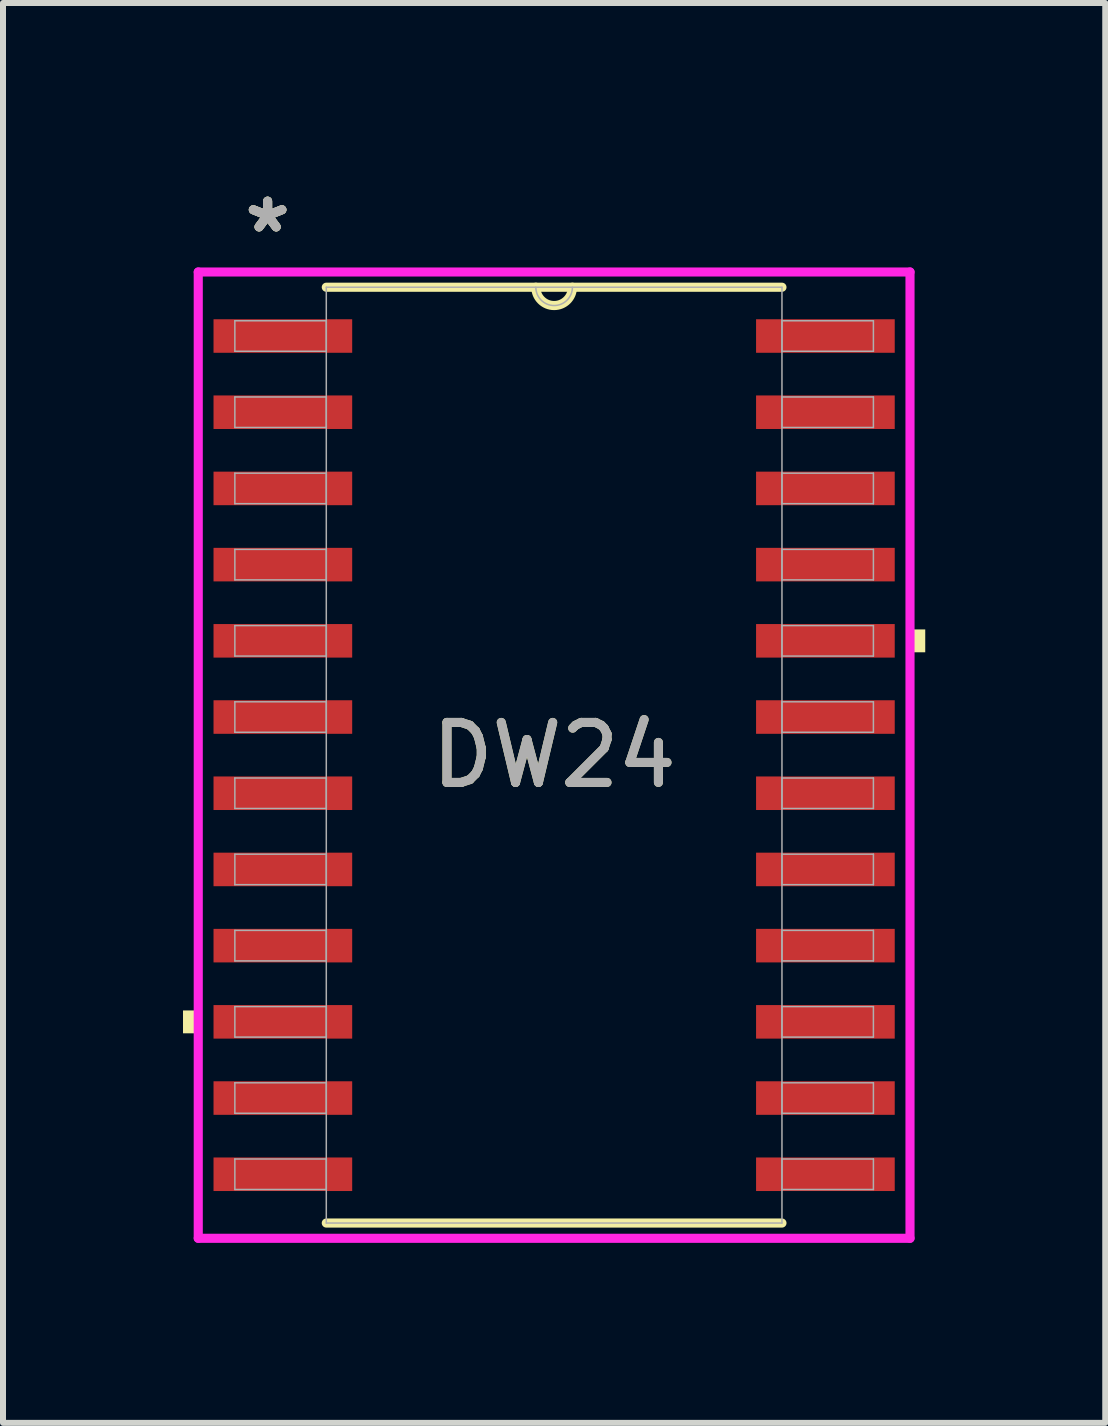
<source format=kicad_pcb>
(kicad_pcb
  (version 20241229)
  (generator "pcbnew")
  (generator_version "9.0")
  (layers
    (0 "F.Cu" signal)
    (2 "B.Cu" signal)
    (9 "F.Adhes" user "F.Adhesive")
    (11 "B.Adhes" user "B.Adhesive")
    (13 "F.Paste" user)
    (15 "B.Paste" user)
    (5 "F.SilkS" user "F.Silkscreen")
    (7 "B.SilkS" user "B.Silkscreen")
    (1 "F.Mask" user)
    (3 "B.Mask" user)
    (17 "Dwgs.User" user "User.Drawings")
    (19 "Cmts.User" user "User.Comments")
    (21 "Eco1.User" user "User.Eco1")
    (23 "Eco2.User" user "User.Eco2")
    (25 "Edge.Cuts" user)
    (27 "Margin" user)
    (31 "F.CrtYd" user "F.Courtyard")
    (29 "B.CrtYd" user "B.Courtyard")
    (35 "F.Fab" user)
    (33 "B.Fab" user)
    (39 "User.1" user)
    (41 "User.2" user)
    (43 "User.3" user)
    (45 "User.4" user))
  (footprint "DW24"
    (layer "F.Cu")
    (at 6.185 9.535)
    (property "Reference" "DW24" (at 0 0 0) (unlocked yes) (layer "F.SilkS") (effects (font (size 1 1) (thickness 0.15))))
    (attr smd)
    (fp_line (start -3.797 7.798) (end 3.797 7.798) (stroke (width 0.152) (type solid)) (layer "F.SilkS"))
    (fp_line (start 3.797 -7.798) (end -3.797 -7.798) (stroke (width 0.152) (type solid)) (layer "F.SilkS"))
    (fp_arc (start 0.3048 -7.7978) (mid 0 -7.493) (end -0.3048 -7.7978) (stroke (width 0.1524) (type solid)) (layer "F.SilkS"))
    (fp_poly (pts (xy -6.185 4.255) (xy -6.185 4.636) (xy -5.931 4.636) (xy -5.931 4.255)) (stroke (width 0) (type solid)) (fill yes) (layer "F.SilkS"))
    (fp_poly (pts (xy 6.185 -2.095) (xy 6.185 -1.714) (xy 5.931 -1.714) (xy 5.931 -2.095)) (stroke (width 0) (type solid)) (fill yes) (layer "F.SilkS"))
    (fp_line (start -5.931 -8.052) (end 5.931 -8.052) (stroke (width 0.152) (type solid)) (layer "F.CrtYd"))
    (fp_line (start -5.931 8.052) (end -5.931 -8.052) (stroke (width 0.152) (type solid)) (layer "F.CrtYd"))
    (fp_line (start 5.931 -8.052) (end 5.931 8.052) (stroke (width 0.152) (type solid)) (layer "F.CrtYd"))
    (fp_line (start 5.931 8.052) (end -5.931 8.052) (stroke (width 0.152) (type solid)) (layer "F.CrtYd"))
    (fp_line (start -5.321 -7.239) (end -5.321 -6.731) (stroke (width 0.025) (type solid)) (layer "F.Fab"))
    (fp_line (start -5.321 -6.731) (end -3.797 -6.731) (stroke (width 0.025) (type solid)) (layer "F.Fab"))
    (fp_line (start -5.321 -5.969) (end -5.321 -5.461) (stroke (width 0.025) (type solid)) (layer "F.Fab"))
    (fp_line (start -5.321 -5.461) (end -3.797 -5.461) (stroke (width 0.025) (type solid)) (layer "F.Fab"))
    (fp_line (start -5.321 -4.699) (end -5.321 -4.191) (stroke (width 0.025) (type solid)) (layer "F.Fab"))
    (fp_line (start -5.321 -4.191) (end -3.797 -4.191) (stroke (width 0.025) (type solid)) (layer "F.Fab"))
    (fp_line (start -5.321 -3.429) (end -5.321 -2.921) (stroke (width 0.025) (type solid)) (layer "F.Fab"))
    (fp_line (start -5.321 -2.921) (end -3.797 -2.921) (stroke (width 0.025) (type solid)) (layer "F.Fab"))
    (fp_line (start -5.321 -2.159) (end -5.321 -1.651) (stroke (width 0.025) (type solid)) (layer "F.Fab"))
    (fp_line (start -5.321 -1.651) (end -3.797 -1.651) (stroke (width 0.025) (type solid)) (layer "F.Fab"))
    (fp_line (start -5.321 -0.889) (end -5.321 -0.381) (stroke (width 0.025) (type solid)) (layer "F.Fab"))
    (fp_line (start -5.321 -0.381) (end -3.797 -0.381) (stroke (width 0.025) (type solid)) (layer "F.Fab"))
    (fp_line (start -5.321 0.381) (end -5.321 0.889) (stroke (width 0.025) (type solid)) (layer "F.Fab"))
    (fp_line (start -5.321 0.889) (end -3.797 0.889) (stroke (width 0.025) (type solid)) (layer "F.Fab"))
    (fp_line (start -5.321 1.651) (end -5.321 2.159) (stroke (width 0.025) (type solid)) (layer "F.Fab"))
    (fp_line (start -5.321 2.159) (end -3.797 2.159) (stroke (width 0.025) (type solid)) (layer "F.Fab"))
    (fp_line (start -5.321 2.921) (end -5.321 3.429) (stroke (width 0.025) (type solid)) (layer "F.Fab"))
    (fp_line (start -5.321 3.429) (end -3.797 3.429) (stroke (width 0.025) (type solid)) (layer "F.Fab"))
    (fp_line (start -5.321 4.191) (end -5.321 4.699) (stroke (width 0.025) (type solid)) (layer "F.Fab"))
    (fp_line (start -5.321 4.699) (end -3.797 4.699) (stroke (width 0.025) (type solid)) (layer "F.Fab"))
    (fp_line (start -5.321 5.461) (end -5.321 5.969) (stroke (width 0.025) (type solid)) (layer "F.Fab"))
    (fp_line (start -5.321 5.969) (end -3.797 5.969) (stroke (width 0.025) (type solid)) (layer "F.Fab"))
    (fp_line (start -5.321 6.731) (end -5.321 7.239) (stroke (width 0.025) (type solid)) (layer "F.Fab"))
    (fp_line (start -5.321 7.239) (end -3.797 7.239) (stroke (width 0.025) (type solid)) (layer "F.Fab"))
    (fp_line (start -3.797 -7.798) (end -3.797 7.798) (stroke (width 0.025) (type solid)) (layer "F.Fab"))
    (fp_line (start -3.797 -7.239) (end -5.321 -7.239) (stroke (width 0.025) (type solid)) (layer "F.Fab"))
    (fp_line (start -3.797 -6.731) (end -3.797 -7.239) (stroke (width 0.025) (type solid)) (layer "F.Fab"))
    (fp_line (start -3.797 -5.969) (end -5.321 -5.969) (stroke (width 0.025) (type solid)) (layer "F.Fab"))
    (fp_line (start -3.797 -5.461) (end -3.797 -5.969) (stroke (width 0.025) (type solid)) (layer "F.Fab"))
    (fp_line (start -3.797 -4.699) (end -5.321 -4.699) (stroke (width 0.025) (type solid)) (layer "F.Fab"))
    (fp_line (start -3.797 -4.191) (end -3.797 -4.699) (stroke (width 0.025) (type solid)) (layer "F.Fab"))
    (fp_line (start -3.797 -3.429) (end -5.321 -3.429) (stroke (width 0.025) (type solid)) (layer "F.Fab"))
    (fp_line (start -3.797 -2.921) (end -3.797 -3.429) (stroke (width 0.025) (type solid)) (layer "F.Fab"))
    (fp_line (start -3.797 -2.159) (end -5.321 -2.159) (stroke (width 0.025) (type solid)) (layer "F.Fab"))
    (fp_line (start -3.797 -1.651) (end -3.797 -2.159) (stroke (width 0.025) (type solid)) (layer "F.Fab"))
    (fp_line (start -3.797 -0.889) (end -5.321 -0.889) (stroke (width 0.025) (type solid)) (layer "F.Fab"))
    (fp_line (start -3.797 -0.381) (end -3.797 -0.889) (stroke (width 0.025) (type solid)) (layer "F.Fab"))
    (fp_line (start -3.797 0.381) (end -5.321 0.381) (stroke (width 0.025) (type solid)) (layer "F.Fab"))
    (fp_line (start -3.797 0.889) (end -3.797 0.381) (stroke (width 0.025) (type solid)) (layer "F.Fab"))
    (fp_line (start -3.797 1.651) (end -5.321 1.651) (stroke (width 0.025) (type solid)) (layer "F.Fab"))
    (fp_line (start -3.797 2.159) (end -3.797 1.651) (stroke (width 0.025) (type solid)) (layer "F.Fab"))
    (fp_line (start -3.797 2.921) (end -5.321 2.921) (stroke (width 0.025) (type solid)) (layer "F.Fab"))
    (fp_line (start -3.797 3.429) (end -3.797 2.921) (stroke (width 0.025) (type solid)) (layer "F.Fab"))
    (fp_line (start -3.797 4.191) (end -5.321 4.191) (stroke (width 0.025) (type solid)) (layer "F.Fab"))
    (fp_line (start -3.797 4.699) (end -3.797 4.191) (stroke (width 0.025) (type solid)) (layer "F.Fab"))
    (fp_line (start -3.797 5.461) (end -5.321 5.461) (stroke (width 0.025) (type solid)) (layer "F.Fab"))
    (fp_line (start -3.797 5.969) (end -3.797 5.461) (stroke (width 0.025) (type solid)) (layer "F.Fab"))
    (fp_line (start -3.797 6.731) (end -5.321 6.731) (stroke (width 0.025) (type solid)) (layer "F.Fab"))
    (fp_line (start -3.797 7.239) (end -3.797 6.731) (stroke (width 0.025) (type solid)) (layer "F.Fab"))
    (fp_line (start -3.797 7.798) (end 3.797 7.798) (stroke (width 0.025) (type solid)) (layer "F.Fab"))
    (fp_line (start 3.797 -7.798) (end -3.797 -7.798) (stroke (width 0.025) (type solid)) (layer "F.Fab"))
    (fp_line (start 3.797 -7.239) (end 3.797 -6.731) (stroke (width 0.025) (type solid)) (layer "F.Fab"))
    (fp_line (start 3.797 -6.731) (end 5.321 -6.731) (stroke (width 0.025) (type solid)) (layer "F.Fab"))
    (fp_line (start 3.797 -5.969) (end 3.797 -5.461) (stroke (width 0.025) (type solid)) (layer "F.Fab"))
    (fp_line (start 3.797 -5.461) (end 5.321 -5.461) (stroke (width 0.025) (type solid)) (layer "F.Fab"))
    (fp_line (start 3.797 -4.699) (end 3.797 -4.191) (stroke (width 0.025) (type solid)) (layer "F.Fab"))
    (fp_line (start 3.797 -4.191) (end 5.321 -4.191) (stroke (width 0.025) (type solid)) (layer "F.Fab"))
    (fp_line (start 3.797 -3.429) (end 3.797 -2.921) (stroke (width 0.025) (type solid)) (layer "F.Fab"))
    (fp_line (start 3.797 -2.921) (end 5.321 -2.921) (stroke (width 0.025) (type solid)) (layer "F.Fab"))
    (fp_line (start 3.797 -2.159) (end 3.797 -1.651) (stroke (width 0.025) (type solid)) (layer "F.Fab"))
    (fp_line (start 3.797 -1.651) (end 5.321 -1.651) (stroke (width 0.025) (type solid)) (layer "F.Fab"))
    (fp_line (start 3.797 -0.889) (end 3.797 -0.381) (stroke (width 0.025) (type solid)) (layer "F.Fab"))
    (fp_line (start 3.797 -0.381) (end 5.321 -0.381) (stroke (width 0.025) (type solid)) (layer "F.Fab"))
    (fp_line (start 3.797 0.381) (end 3.797 0.889) (stroke (width 0.025) (type solid)) (layer "F.Fab"))
    (fp_line (start 3.797 0.889) (end 5.321 0.889) (stroke (width 0.025) (type solid)) (layer "F.Fab"))
    (fp_line (start 3.797 1.651) (end 3.797 2.159) (stroke (width 0.025) (type solid)) (layer "F.Fab"))
    (fp_line (start 3.797 2.159) (end 5.321 2.159) (stroke (width 0.025) (type solid)) (layer "F.Fab"))
    (fp_line (start 3.797 2.921) (end 3.797 3.429) (stroke (width 0.025) (type solid)) (layer "F.Fab"))
    (fp_line (start 3.797 3.429) (end 5.321 3.429) (stroke (width 0.025) (type solid)) (layer "F.Fab"))
    (fp_line (start 3.797 4.191) (end 3.797 4.699) (stroke (width 0.025) (type solid)) (layer "F.Fab"))
    (fp_line (start 3.797 4.699) (end 5.321 4.699) (stroke (width 0.025) (type solid)) (layer "F.Fab"))
    (fp_line (start 3.797 5.461) (end 3.797 5.969) (stroke (width 0.025) (type solid)) (layer "F.Fab"))
    (fp_line (start 3.797 5.969) (end 5.321 5.969) (stroke (width 0.025) (type solid)) (layer "F.Fab"))
    (fp_line (start 3.797 6.731) (end 3.797 7.239) (stroke (width 0.025) (type solid)) (layer "F.Fab"))
    (fp_line (start 3.797 7.239) (end 5.321 7.239) (stroke (width 0.025) (type solid)) (layer "F.Fab"))
    (fp_line (start 3.797 7.798) (end 3.797 -7.798) (stroke (width 0.025) (type solid)) (layer "F.Fab"))
    (fp_line (start 5.321 -7.239) (end 3.797 -7.239) (stroke (width 0.025) (type solid)) (layer "F.Fab"))
    (fp_line (start 5.321 -6.731) (end 5.321 -7.239) (stroke (width 0.025) (type solid)) (layer "F.Fab"))
    (fp_line (start 5.321 -5.969) (end 3.797 -5.969) (stroke (width 0.025) (type solid)) (layer "F.Fab"))
    (fp_line (start 5.321 -5.461) (end 5.321 -5.969) (stroke (width 0.025) (type solid)) (layer "F.Fab"))
    (fp_line (start 5.321 -4.699) (end 3.797 -4.699) (stroke (width 0.025) (type solid)) (layer "F.Fab"))
    (fp_line (start 5.321 -4.191) (end 5.321 -4.699) (stroke (width 0.025) (type solid)) (layer "F.Fab"))
    (fp_line (start 5.321 -3.429) (end 3.797 -3.429) (stroke (width 0.025) (type solid)) (layer "F.Fab"))
    (fp_line (start 5.321 -2.921) (end 5.321 -3.429) (stroke (width 0.025) (type solid)) (layer "F.Fab"))
    (fp_line (start 5.321 -2.159) (end 3.797 -2.159) (stroke (width 0.025) (type solid)) (layer "F.Fab"))
    (fp_line (start 5.321 -1.651) (end 5.321 -2.159) (stroke (width 0.025) (type solid)) (layer "F.Fab"))
    (fp_line (start 5.321 -0.889) (end 3.797 -0.889) (stroke (width 0.025) (type solid)) (layer "F.Fab"))
    (fp_line (start 5.321 -0.381) (end 5.321 -0.889) (stroke (width 0.025) (type solid)) (layer "F.Fab"))
    (fp_line (start 5.321 0.381) (end 3.797 0.381) (stroke (width 0.025) (type solid)) (layer "F.Fab"))
    (fp_line (start 5.321 0.889) (end 5.321 0.381) (stroke (width 0.025) (type solid)) (layer "F.Fab"))
    (fp_line (start 5.321 1.651) (end 3.797 1.651) (stroke (width 0.025) (type solid)) (layer "F.Fab"))
    (fp_line (start 5.321 2.159) (end 5.321 1.651) (stroke (width 0.025) (type solid)) (layer "F.Fab"))
    (fp_line (start 5.321 2.921) (end 3.797 2.921) (stroke (width 0.025) (type solid)) (layer "F.Fab"))
    (fp_line (start 5.321 3.429) (end 5.321 2.921) (stroke (width 0.025) (type solid)) (layer "F.Fab"))
    (fp_line (start 5.321 4.191) (end 3.797 4.191) (stroke (width 0.025) (type solid)) (layer "F.Fab"))
    (fp_line (start 5.321 4.699) (end 5.321 4.191) (stroke (width 0.025) (type solid)) (layer "F.Fab"))
    (fp_line (start 5.321 5.461) (end 3.797 5.461) (stroke (width 0.025) (type solid)) (layer "F.Fab"))
    (fp_line (start 5.321 5.969) (end 5.321 5.461) (stroke (width 0.025) (type solid)) (layer "F.Fab"))
    (fp_line (start 5.321 6.731) (end 3.797 6.731) (stroke (width 0.025) (type solid)) (layer "F.Fab"))
    (fp_line (start 5.321 7.239) (end 5.321 6.731) (stroke (width 0.025) (type solid)) (layer "F.Fab"))
    (fp_arc (start 0.3048 -7.7978) (mid 0 -7.493) (end -0.3048 -7.7978) (stroke (width 0.0254) (type solid)) (layer "F.Fab"))
    (fp_text user "*" (at -4.775 -8.687 0) (layer "F.SilkS") (effects (font (size 1 1) (thickness 0.15))))
    (fp_text user "*" (at -4.775 -8.687 0) (unlocked yes) (layer "F.SilkS") (effects (font (size 1 1) (thickness 0.15))))
    (fp_text user "*" (at -4.775 -8.687 0) (layer "F.Fab") (effects (font (size 1 1) (thickness 0.15))))
    (fp_text user "${REFERENCE}" (at 0 0 0) (unlocked yes) (layer "F.Fab") (effects (font (size 1 1) (thickness 0.15))))
    (fp_text user "*" (at -4.775 -8.687 0) (unlocked yes) (layer "F.Fab") (effects (font (size 1 1) (thickness 0.15))))
    (pad "1" smd rect (at -4.521 -6.985) (size 2.311 0.559) (layers "F.Cu" "F.Mask" "F.Paste"))
    (pad "2" smd rect (at -4.521 -5.715) (size 2.311 0.559) (layers "F.Cu" "F.Mask" "F.Paste"))
    (pad "3" smd rect (at -4.521 -4.445) (size 2.311 0.559) (layers "F.Cu" "F.Mask" "F.Paste"))
    (pad "4" smd rect (at -4.521 -3.175) (size 2.311 0.559) (layers "F.Cu" "F.Mask" "F.Paste"))
    (pad "5" smd rect (at -4.521 -1.905) (size 2.311 0.559) (layers "F.Cu" "F.Mask" "F.Paste"))
    (pad "6" smd rect (at -4.521 -0.635) (size 2.311 0.559) (layers "F.Cu" "F.Mask" "F.Paste"))
    (pad "7" smd rect (at -4.521 0.635) (size 2.311 0.559) (layers "F.Cu" "F.Mask" "F.Paste"))
    (pad "8" smd rect (at -4.521 1.905) (size 2.311 0.559) (layers "F.Cu" "F.Mask" "F.Paste"))
    (pad "9" smd rect (at -4.521 3.175) (size 2.311 0.559) (layers "F.Cu" "F.Mask" "F.Paste"))
    (pad "10" smd rect (at -4.521 4.445) (size 2.311 0.559) (layers "F.Cu" "F.Mask" "F.Paste"))
    (pad "11" smd rect (at -4.521 5.715) (size 2.311 0.559) (layers "F.Cu" "F.Mask" "F.Paste"))
    (pad "12" smd rect (at -4.521 6.985) (size 2.311 0.559) (layers "F.Cu" "F.Mask" "F.Paste"))
    (pad "13" smd rect (at 4.521 6.985) (size 2.311 0.559) (layers "F.Cu" "F.Mask" "F.Paste"))
    (pad "14" smd rect (at 4.521 5.715) (size 2.311 0.559) (layers "F.Cu" "F.Mask" "F.Paste"))
    (pad "15" smd rect (at 4.521 4.445) (size 2.311 0.559) (layers "F.Cu" "F.Mask" "F.Paste"))
    (pad "16" smd rect (at 4.521 3.175) (size 2.311 0.559) (layers "F.Cu" "F.Mask" "F.Paste"))
    (pad "17" smd rect (at 4.521 1.905) (size 2.311 0.559) (layers "F.Cu" "F.Mask" "F.Paste"))
    (pad "18" smd rect (at 4.521 0.635) (size 2.311 0.559) (layers "F.Cu" "F.Mask" "F.Paste"))
    (pad "19" smd rect (at 4.521 -0.635) (size 2.311 0.559) (layers "F.Cu" "F.Mask" "F.Paste"))
    (pad "20" smd rect (at 4.521 -1.905) (size 2.311 0.559) (layers "F.Cu" "F.Mask" "F.Paste"))
    (pad "21" smd rect (at 4.521 -3.175) (size 2.311 0.559) (layers "F.Cu" "F.Mask" "F.Paste"))
    (pad "22" smd rect (at 4.521 -4.445) (size 2.311 0.559) (layers "F.Cu" "F.Mask" "F.Paste"))
    (pad "23" smd rect (at 4.521 -5.715) (size 2.311 0.559) (layers "F.Cu" "F.Mask" "F.Paste"))
    (pad "24" smd rect (at 4.521 -6.985) (size 2.311 0.559) (layers "F.Cu" "F.Mask" "F.Paste")))
  (gr_rect
    (start -3 -3)
    (end 15.37 20.663)
    (stroke (width 0.1) (type default))
    (fill no)
    (layer "Edge.Cuts")))
</source>
